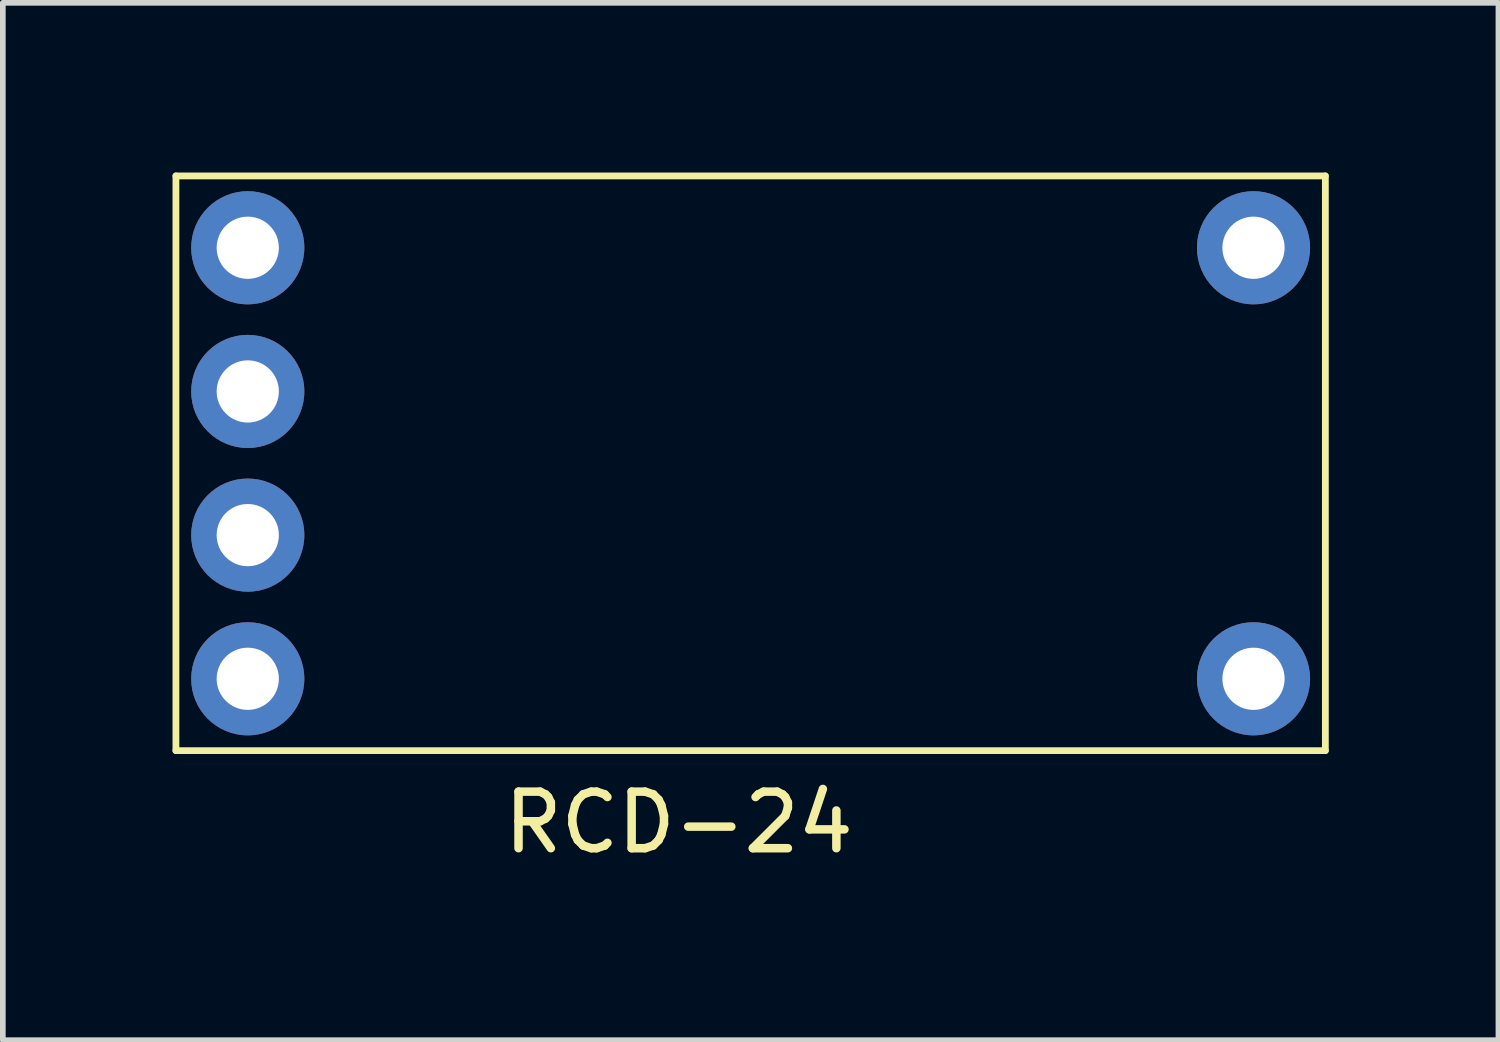
<source format=kicad_pcb>
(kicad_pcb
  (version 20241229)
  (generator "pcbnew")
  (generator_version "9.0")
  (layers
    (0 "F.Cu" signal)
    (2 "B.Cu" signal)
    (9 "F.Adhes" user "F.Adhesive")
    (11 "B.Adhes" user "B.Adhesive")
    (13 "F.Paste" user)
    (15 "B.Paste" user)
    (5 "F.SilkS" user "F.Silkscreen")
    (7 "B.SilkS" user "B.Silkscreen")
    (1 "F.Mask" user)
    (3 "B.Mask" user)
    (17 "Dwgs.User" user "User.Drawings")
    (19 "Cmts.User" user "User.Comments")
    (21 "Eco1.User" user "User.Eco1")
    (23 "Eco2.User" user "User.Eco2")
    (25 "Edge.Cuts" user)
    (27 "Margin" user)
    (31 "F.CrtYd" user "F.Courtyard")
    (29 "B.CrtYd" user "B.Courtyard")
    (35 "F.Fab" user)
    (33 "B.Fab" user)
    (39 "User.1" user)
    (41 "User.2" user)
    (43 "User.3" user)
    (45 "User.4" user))
  (footprint "RCD-24"
    (layer "F.Cu")
    (at 1.33 8.95)
    (property "Reference" "RCD-24" (at 7.62 2.54 0) (layer "F.SilkS") (effects (font (size 1 1) (thickness 0.15))))
    (attr through_hole)
    (fp_line (start -1.27 -8.89) (end -1.27 1.27) (stroke (width 0.12) (type solid)) (layer "F.SilkS"))
    (fp_line (start -1.27 1.27) (end 19.05 1.27) (stroke (width 0.12) (type solid)) (layer "F.SilkS"))
    (fp_line (start 19.05 -8.89) (end -1.27 -8.89) (stroke (width 0.12) (type solid)) (layer "F.SilkS"))
    (fp_line (start 19.05 1.27) (end 19.05 -8.89) (stroke (width 0.12) (type solid)) (layer "F.SilkS"))
    (pad "1" thru_hole circle (at 0 -7.62) (size 2 2) (drill 1.1) (layers "*.Cu" "*.Mask"))
    (pad "2" thru_hole circle (at 0 -5.08) (size 2 2) (drill 1.1) (layers "*.Cu" "*.Mask"))
    (pad "3" thru_hole circle (at 0 -2.54) (size 2 2) (drill 1.1) (layers "*.Cu" "*.Mask"))
    (pad "4" thru_hole circle (at 0 0) (size 2 2) (drill 1.1) (layers "*.Cu" "*.Mask"))
    (pad "5" thru_hole circle (at 17.78 0) (size 2 2) (drill 1.1) (layers "*.Cu" "*.Mask"))
    (pad "6" thru_hole circle (at 17.78 -7.62) (size 2 2) (drill 1.1) (layers "*.Cu" "*.Mask")))
  (gr_rect
    (start -3 -3)
    (end 23.44 15.338)
    (stroke (width 0.1) (type default))
    (fill no)
    (layer "Edge.Cuts")))
</source>
